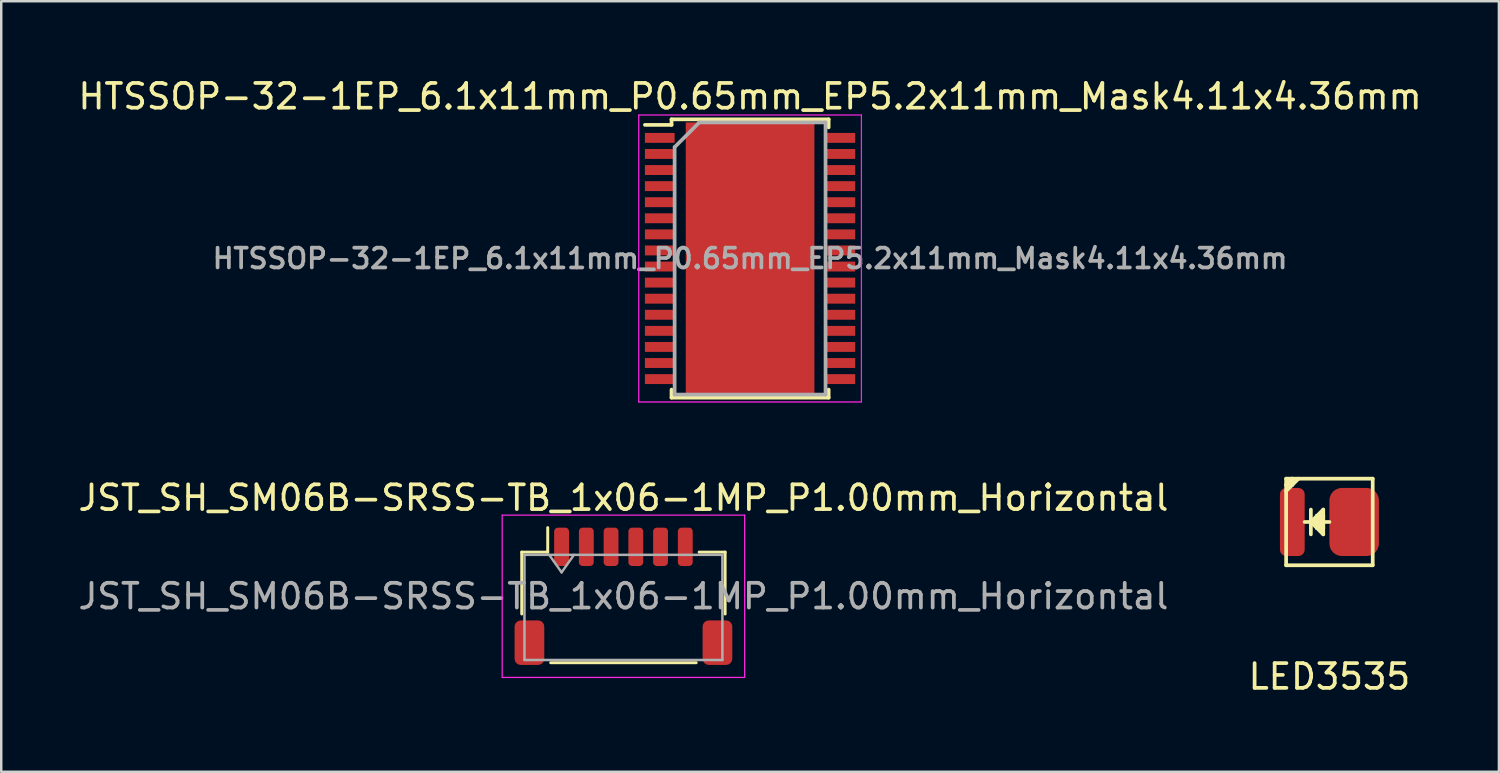
<source format=kicad_pcb>
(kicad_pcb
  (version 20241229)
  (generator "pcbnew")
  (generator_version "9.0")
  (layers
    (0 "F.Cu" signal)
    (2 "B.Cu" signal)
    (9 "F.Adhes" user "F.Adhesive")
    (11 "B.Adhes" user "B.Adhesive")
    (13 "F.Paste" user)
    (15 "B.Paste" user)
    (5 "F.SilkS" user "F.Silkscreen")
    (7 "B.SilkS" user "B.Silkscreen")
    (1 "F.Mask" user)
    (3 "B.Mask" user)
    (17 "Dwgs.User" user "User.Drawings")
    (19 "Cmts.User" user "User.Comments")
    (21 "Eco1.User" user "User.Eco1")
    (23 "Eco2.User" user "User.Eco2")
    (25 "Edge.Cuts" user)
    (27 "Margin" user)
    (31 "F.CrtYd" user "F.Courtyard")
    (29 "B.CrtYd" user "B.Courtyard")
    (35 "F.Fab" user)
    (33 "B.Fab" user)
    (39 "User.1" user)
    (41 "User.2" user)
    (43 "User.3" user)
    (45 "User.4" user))
  (footprint "LED3535"
    (layer "F.Cu")
    (at 50.685 18.048)
    (property "Reference" "LED3535" (at 0 6.25 0) (layer "F.SilkS") (effects (font (size 1 1) (thickness 0.15))))
    (attr through_hole)
    (fp_line (start -1.75 -1.75) (end 1.75 -1.75) (stroke (width 0.15) (type solid)) (layer "F.SilkS"))
    (fp_line (start -1.75 -1.5) (end -1.5 -1.75) (stroke (width 0.15) (type solid)) (layer "F.SilkS"))
    (fp_line (start -1.75 -1.5) (end -1.5 -1.5) (stroke (width 0.15) (type solid)) (layer "F.SilkS"))
    (fp_line (start -1.75 -1.25) (end -1.25 -1.75) (stroke (width 0.15) (type solid)) (layer "F.SilkS"))
    (fp_line (start -1.75 1.75) (end -1.75 -1.75) (stroke (width 0.15) (type solid)) (layer "F.SilkS"))
    (fp_line (start -1.5 -1.5) (end -1.5 -1.75) (stroke (width 0.15) (type solid)) (layer "F.SilkS"))
    (fp_line (start -0.75 -0.5) (end -0.75 0.5) (stroke (width 0.15) (type solid)) (layer "F.SilkS"))
    (fp_line (start -0.75 0) (end -0.25 -0.25) (stroke (width 0.15) (type solid)) (layer "F.SilkS"))
    (fp_line (start -0.75 0) (end -0.25 0.25) (stroke (width 0.15) (type solid)) (layer "F.SilkS"))
    (fp_line (start -0.75 0) (end -0.25 0.5) (stroke (width 0.15) (type solid)) (layer "F.SilkS"))
    (fp_line (start -0.5 -0.25) (end -0.5 0.25) (stroke (width 0.15) (type solid)) (layer "F.SilkS"))
    (fp_line (start -0.5 -0.25) (end -0.25 -0.25) (stroke (width 0.15) (type solid)) (layer "F.SilkS"))
    (fp_line (start -0.5 0.25) (end -0.25 0) (stroke (width 0.15) (type solid)) (layer "F.SilkS"))
    (fp_line (start -0.25 -0.5) (end -0.75 0) (stroke (width 0.15) (type solid)) (layer "F.SilkS"))
    (fp_line (start -0.25 -0.25) (end -0.25 0.25) (stroke (width 0.15) (type solid)) (layer "F.SilkS"))
    (fp_line (start -0.25 0) (end -0.5 -0.25) (stroke (width 0.15) (type solid)) (layer "F.SilkS"))
    (fp_line (start -0.25 0.25) (end -0.5 0.25) (stroke (width 0.15) (type solid)) (layer "F.SilkS"))
    (fp_line (start -0.25 0.5) (end -0.25 -0.5) (stroke (width 0.15) (type solid)) (layer "F.SilkS"))
    (fp_line (start 0 0) (end -1 0) (stroke (width 0.15) (type solid)) (layer "F.SilkS"))
    (fp_line (start 1.75 -1.75) (end 1.75 1.75) (stroke (width 0.15) (type solid)) (layer "F.SilkS"))
    (fp_line (start 1.75 1.75) (end -1.75 1.75) (stroke (width 0.15) (type solid)) (layer "F.SilkS"))
    (pad "1" smd roundrect (at -1.5 0) (size 1 2.75) (layers "F.Cu" "F.Mask" "F.Paste") (roundrect_rratio 0.25))
    (pad "2" smd roundrect (at 1 0) (size 2 2.75) (layers "F.Cu" "F.Mask" "F.Paste") (roundrect_rratio 0.25)))
  (footprint "HTSSOP-32-1EP_6.1x11mm_P0.65mm_EP5.2x11mm_Mask4.11x4.36mm"
    (layer "F.Cu")
    (at 27.268 7.398)
    (property "Reference" "HTSSOP-32-1EP_6.1x11mm_P0.65mm_EP5.2x11mm_Mask4.11x4.36mm" (at 0 -6.55 0) (layer "F.SilkS") (effects (font (size 1 1) (thickness 0.15))))
    (attr smd)
    (fp_line (start -4.25 -5.4) (end -3.175 -5.4) (stroke (width 0.15) (type solid)) (layer "F.SilkS"))
    (fp_line (start -3.175 -5.625) (end 3.175 -5.625) (stroke (width 0.15) (type solid)) (layer "F.SilkS"))
    (fp_line (start -3.175 -5.4) (end -3.175 -5.625) (stroke (width 0.15) (type solid)) (layer "F.SilkS"))
    (fp_line (start -3.175 5.3) (end -3.175 5.625) (stroke (width 0.15) (type solid)) (layer "F.SilkS"))
    (fp_line (start -3.175 5.625) (end 3.175 5.625) (stroke (width 0.15) (type solid)) (layer "F.SilkS"))
    (fp_line (start 3.175 -5.625) (end 3.175 -5.3) (stroke (width 0.15) (type solid)) (layer "F.SilkS"))
    (fp_line (start 3.175 5.625) (end 3.175 5.3) (stroke (width 0.15) (type solid)) (layer "F.SilkS"))
    (fp_line (start -4.5 -5.8) (end -4.5 5.8) (stroke (width 0.05) (type solid)) (layer "F.CrtYd"))
    (fp_line (start -4.5 5.8) (end 4.5 5.8) (stroke (width 0.05) (type solid)) (layer "F.CrtYd"))
    (fp_line (start 4.5 -5.8) (end -4.5 -5.8) (stroke (width 0.05) (type solid)) (layer "F.CrtYd"))
    (fp_line (start 4.5 5.8) (end 4.5 -5.8) (stroke (width 0.05) (type solid)) (layer "F.CrtYd"))
    (fp_line (start -3.05 -4.5) (end -2.05 -5.5) (stroke (width 0.15) (type solid)) (layer "F.Fab"))
    (fp_line (start -3.05 5.5) (end -3.05 -4.5) (stroke (width 0.15) (type solid)) (layer "F.Fab"))
    (fp_line (start -2.05 -5.5) (end 3.05 -5.5) (stroke (width 0.15) (type solid)) (layer "F.Fab"))
    (fp_line (start 3.05 -5.5) (end 3.05 5.5) (stroke (width 0.15) (type solid)) (layer "F.Fab"))
    (fp_line (start 3.05 5.5) (end -3.05 5.5) (stroke (width 0.15) (type solid)) (layer "F.Fab"))
    (fp_text user "${REFERENCE}" (at 0 0 0) (layer "F.Fab") (effects (font (size 0.8 0.8) (thickness 0.15))))
    (pad "" smd rect (at -1.37 -1.46) (size 1.07 1.16) (layers "F.Paste"))
    (pad "" smd rect (at -1.37 0) (size 1.07 1.16) (layers "F.Paste"))
    (pad "" smd rect (at -1.37 1.46) (size 1.07 1.16) (layers "F.Paste"))
    (pad "" smd rect (at 0 -1.46) (size 1.07 1.16) (layers "F.Paste"))
    (pad "" smd rect (at 0 0) (size 1.07 1.16) (layers "F.Paste"))
    (pad "" smd rect (at 0 0) (size 5 10) (layers "F.Mask"))
    (pad "" smd rect (at 0 1.46) (size 1.07 1.16) (layers "F.Paste"))
    (pad "" smd rect (at 1.37 -1.46) (size 1.07 1.16) (layers "F.Paste"))
    (pad "" smd rect (at 1.37 0) (size 1.07 1.16) (layers "F.Paste"))
    (pad "" smd rect (at 1.37 1.46) (size 1.07 1.16) (layers "F.Paste"))
    (pad "1" smd rect (at -3.65 -4.875) (size 1.2 0.4) (layers "F.Cu" "F.Mask" "F.Paste"))
    (pad "2" smd rect (at -3.65 -4.225) (size 1.2 0.4) (layers "F.Cu" "F.Mask" "F.Paste"))
    (pad "3" smd rect (at -3.65 -3.575) (size 1.2 0.4) (layers "F.Cu" "F.Mask" "F.Paste"))
    (pad "4" smd rect (at -3.65 -2.925) (size 1.2 0.4) (layers "F.Cu" "F.Mask" "F.Paste"))
    (pad "5" smd rect (at -3.65 -2.275) (size 1.2 0.4) (layers "F.Cu" "F.Mask" "F.Paste"))
    (pad "6" smd rect (at -3.65 -1.625) (size 1.2 0.4) (layers "F.Cu" "F.Mask" "F.Paste"))
    (pad "7" smd rect (at -3.65 -0.975) (size 1.2 0.4) (layers "F.Cu" "F.Mask" "F.Paste"))
    (pad "8" smd rect (at -3.65 -0.325) (size 1.2 0.4) (layers "F.Cu" "F.Mask" "F.Paste"))
    (pad "9" smd rect (at -3.65 0.325) (size 1.2 0.4) (layers "F.Cu" "F.Mask" "F.Paste"))
    (pad "10" smd rect (at -3.65 0.975) (size 1.2 0.4) (layers "F.Cu" "F.Mask" "F.Paste"))
    (pad "11" smd rect (at -3.65 1.625) (size 1.2 0.4) (layers "F.Cu" "F.Mask" "F.Paste"))
    (pad "12" smd rect (at -3.65 2.275) (size 1.2 0.4) (layers "F.Cu" "F.Mask" "F.Paste"))
    (pad "13" smd rect (at -3.65 2.925) (size 1.2 0.4) (layers "F.Cu" "F.Mask" "F.Paste"))
    (pad "14" smd rect (at -3.65 3.575) (size 1.2 0.4) (layers "F.Cu" "F.Mask" "F.Paste"))
    (pad "15" smd rect (at -3.65 4.225) (size 1.2 0.4) (layers "F.Cu" "F.Mask" "F.Paste"))
    (pad "16" smd rect (at -3.65 4.875) (size 1.2 0.4) (layers "F.Cu" "F.Mask" "F.Paste"))
    (pad "17" smd rect (at 3.65 4.875) (size 1.2 0.4) (layers "F.Cu" "F.Mask" "F.Paste"))
    (pad "18" smd rect (at 3.65 4.225) (size 1.2 0.4) (layers "F.Cu" "F.Mask" "F.Paste"))
    (pad "19" smd rect (at 0 0) (size 5.2 11) (layers "F.Cu"))
    (pad "19" smd rect (at 3.65 3.575) (size 1.2 0.4) (layers "F.Cu" "F.Mask" "F.Paste"))
    (pad "20" smd rect (at 3.65 2.925) (size 1.2 0.4) (layers "F.Cu" "F.Mask" "F.Paste"))
    (pad "21" smd rect (at 3.65 2.275) (size 1.2 0.4) (layers "F.Cu" "F.Mask" "F.Paste"))
    (pad "22" smd rect (at 3.65 1.625) (size 1.2 0.4) (layers "F.Cu" "F.Mask" "F.Paste"))
    (pad "23" smd rect (at 3.65 0.975) (size 1.2 0.4) (layers "F.Cu" "F.Mask" "F.Paste"))
    (pad "24" smd rect (at 3.65 0.325) (size 1.2 0.4) (layers "F.Cu" "F.Mask" "F.Paste"))
    (pad "25" smd rect (at 3.65 -0.325) (size 1.2 0.4) (layers "F.Cu" "F.Mask" "F.Paste"))
    (pad "26" smd rect (at 3.65 -0.975) (size 1.2 0.4) (layers "F.Cu" "F.Mask" "F.Paste"))
    (pad "27" smd rect (at 3.65 -1.625) (size 1.2 0.4) (layers "F.Cu" "F.Mask" "F.Paste"))
    (pad "28" smd rect (at 3.65 -2.275) (size 1.2 0.4) (layers "F.Cu" "F.Mask" "F.Paste"))
    (pad "29" smd rect (at 3.65 -2.925) (size 1.2 0.4) (layers "F.Cu" "F.Mask" "F.Paste"))
    (pad "30" smd rect (at 3.65 -3.575) (size 1.2 0.4) (layers "F.Cu" "F.Mask" "F.Paste"))
    (pad "31" smd rect (at 3.65 -4.225) (size 1.2 0.4) (layers "F.Cu" "F.Mask" "F.Paste"))
    (pad "32" smd rect (at 3.65 -4.875) (size 1.2 0.4) (layers "F.Cu" "F.Mask" "F.Paste")))
  (footprint "JST_SH_SM06B-SRSS-TB_1x06-1MP_P1.00mm_Horizontal"
    (layer "F.Cu")
    (at 22.149 21.052)
    (property "Reference" "JST_SH_SM06B-SRSS-TB_1x06-1MP_P1.00mm_Horizontal" (at 0 -3.98 0) (layer "F.SilkS") (effects (font (size 1 1) (thickness 0.15))))
    (attr smd)
    (fp_line (start -4.11 -1.785) (end -3.06 -1.785) (stroke (width 0.12) (type solid)) (layer "F.SilkS"))
    (fp_line (start -4.11 0.715) (end -4.11 -1.785) (stroke (width 0.12) (type solid)) (layer "F.SilkS"))
    (fp_line (start -3.06 -1.785) (end -3.06 -2.775) (stroke (width 0.12) (type solid)) (layer "F.SilkS"))
    (fp_line (start -2.94 2.685) (end 2.94 2.685) (stroke (width 0.12) (type solid)) (layer "F.SilkS"))
    (fp_line (start 4.11 -1.785) (end 3.06 -1.785) (stroke (width 0.12) (type solid)) (layer "F.SilkS"))
    (fp_line (start 4.11 0.715) (end 4.11 -1.785) (stroke (width 0.12) (type solid)) (layer "F.SilkS"))
    (fp_line (start -4.9 -3.28) (end -4.9 3.28) (stroke (width 0.05) (type solid)) (layer "F.CrtYd"))
    (fp_line (start -4.9 3.28) (end 4.9 3.28) (stroke (width 0.05) (type solid)) (layer "F.CrtYd"))
    (fp_line (start 4.9 -3.28) (end -4.9 -3.28) (stroke (width 0.05) (type solid)) (layer "F.CrtYd"))
    (fp_line (start 4.9 3.28) (end 4.9 -3.28) (stroke (width 0.05) (type solid)) (layer "F.CrtYd"))
    (fp_line (start -4 -1.675) (end -4 2.575) (stroke (width 0.1) (type solid)) (layer "F.Fab"))
    (fp_line (start -4 -1.675) (end 4 -1.675) (stroke (width 0.1) (type solid)) (layer "F.Fab"))
    (fp_line (start -4 2.575) (end 4 2.575) (stroke (width 0.1) (type solid)) (layer "F.Fab"))
    (fp_line (start -3 -1.675) (end -2.5 -0.968) (stroke (width 0.1) (type solid)) (layer "F.Fab"))
    (fp_line (start -2.5 -0.968) (end -2 -1.675) (stroke (width 0.1) (type solid)) (layer "F.Fab"))
    (fp_line (start 4 -1.675) (end 4 2.575) (stroke (width 0.1) (type solid)) (layer "F.Fab"))
    (fp_text user "${REFERENCE}" (at 0 0 0) (layer "F.Fab") (effects (font (size 1 1) (thickness 0.15))))
    (pad "1" smd roundrect (at -2.5 -2) (size 0.6 1.55) (layers "F.Cu" "F.Mask" "F.Paste") (roundrect_rratio 0.25))
    (pad "2" smd roundrect (at -1.5 -2) (size 0.6 1.55) (layers "F.Cu" "F.Mask" "F.Paste") (roundrect_rratio 0.25))
    (pad "3" smd roundrect (at -0.5 -2) (size 0.6 1.55) (layers "F.Cu" "F.Mask" "F.Paste") (roundrect_rratio 0.25))
    (pad "4" smd roundrect (at 0.5 -2) (size 0.6 1.55) (layers "F.Cu" "F.Mask" "F.Paste") (roundrect_rratio 0.25))
    (pad "5" smd roundrect (at 1.5 -2) (size 0.6 1.55) (layers "F.Cu" "F.Mask" "F.Paste") (roundrect_rratio 0.25))
    (pad "6" smd roundrect (at 2.5 -2) (size 0.6 1.55) (layers "F.Cu" "F.Mask" "F.Paste") (roundrect_rratio 0.25))
    (pad "MP" smd roundrect (at -3.8 1.875) (size 1.2 1.8) (layers "F.Cu" "F.Mask" "F.Paste") (roundrect_rratio 0.208))
    (pad "MP" smd roundrect (at 3.8 1.875) (size 1.2 1.8) (layers "F.Cu" "F.Mask" "F.Paste") (roundrect_rratio 0.208)))
  (gr_rect
    (start -3 -3)
    (end 57.536 28.146)
    (stroke (width 0.1) (type default))
    (fill no)
    (layer "Edge.Cuts")))
</source>
